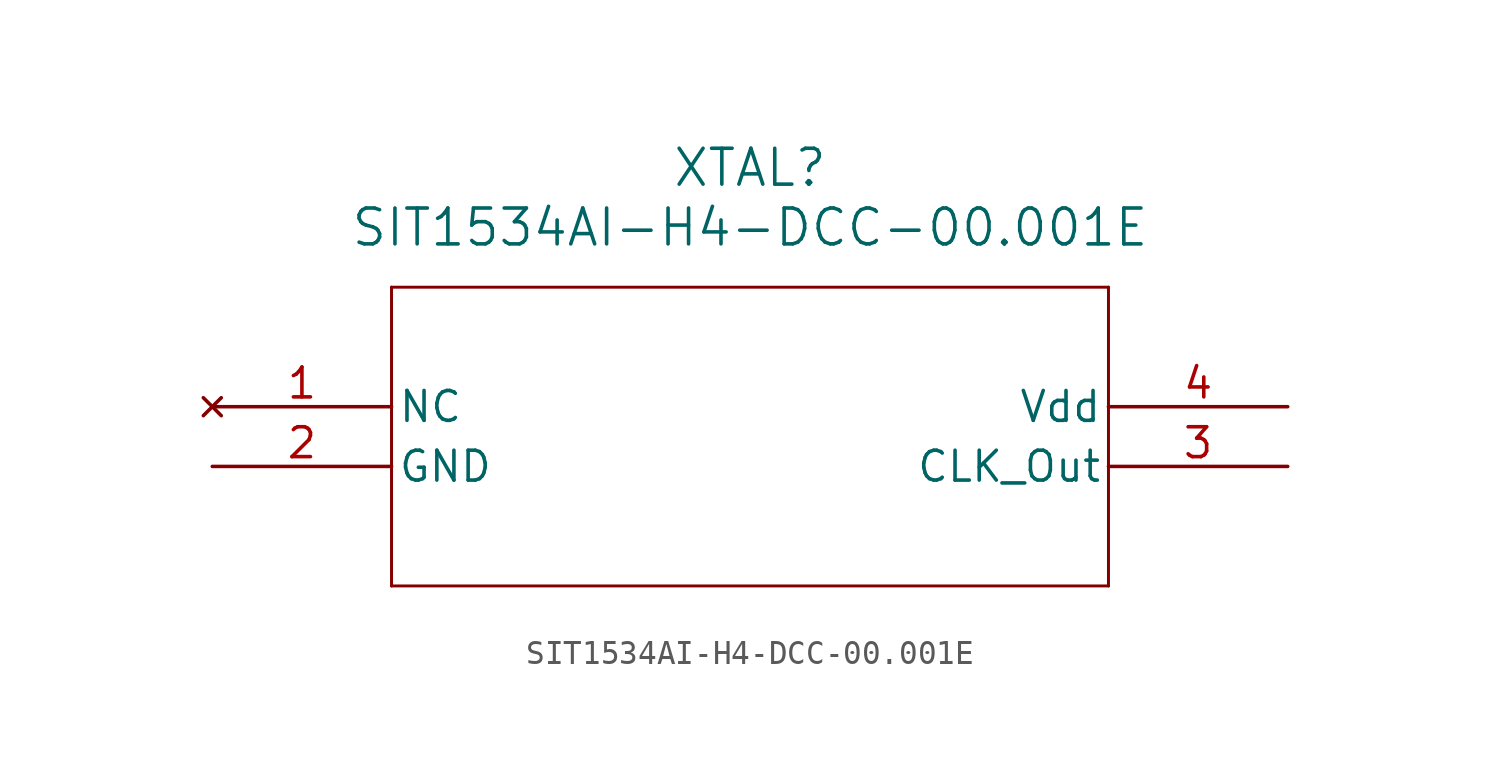
<source format=kicad_sym>
(kicad_symbol_lib
  (version 20211014)
  (generator kicad_symbol_editor)
  (symbol "SIT1534AI-H4-DCC-00.001E"
    (pin_names
      (offset 0.254))
    (property "Reference" "XTAL"
      (at 22.86 10.16 0)
      (effects (font (size 1.524 1.524))))
    (property "Value" "SIT1534AI-H4-DCC-00.001E"
      (at 22.86 7.62 0)
      (effects (font (size 1.524 1.524))))
    (polyline
      (pts (xy 7.62 5.08) (xy 7.62 -7.62))
      (stroke (width 0.127) (type default) (color 0 0 0 0))
      (fill (type none)))
    (polyline
      (pts (xy 7.62 -7.62) (xy 38.1 -7.62))
      (stroke (width 0.127) (type default) (color 0 0 0 0))
      (fill (type none)))
    (polyline
      (pts (xy 38.1 -7.62) (xy 38.1 5.08))
      (stroke (width 0.127) (type default) (color 0 0 0 0))
      (fill (type none)))
    (polyline
      (pts (xy 38.1 5.08) (xy 7.62 5.08))
      (stroke (width 0.127) (type default) (color 0 0 0 0))
      (fill (type none)))
    (pin no_connect line
      (at 0 0 0)
      (length 7.62)
      (name "NC" (effects (font (size 1.27 1.27))))
      (number "1" (effects (font (size 1.27 1.27)))))
    (pin power_out line
      (at 0 -2.54 0)
      (length 7.62)
      (name "GND" (effects (font (size 1.27 1.27))))
      (number "2" (effects (font (size 1.27 1.27)))))
    (pin output line
      (at 45.72 -2.54 180)
      (length 7.62)
      (name "CLK Out" (effects (font (size 1.27 1.27))))
      (number "3" (effects (font (size 1.27 1.27)))))
    (pin power_in line
      (at 45.72 0 180)
      (length 7.62)
      (name "Vdd" (effects (font (size 1.27 1.27))))
      (number "4" (effects (font (size 1.27 1.27)))))))
</source>
